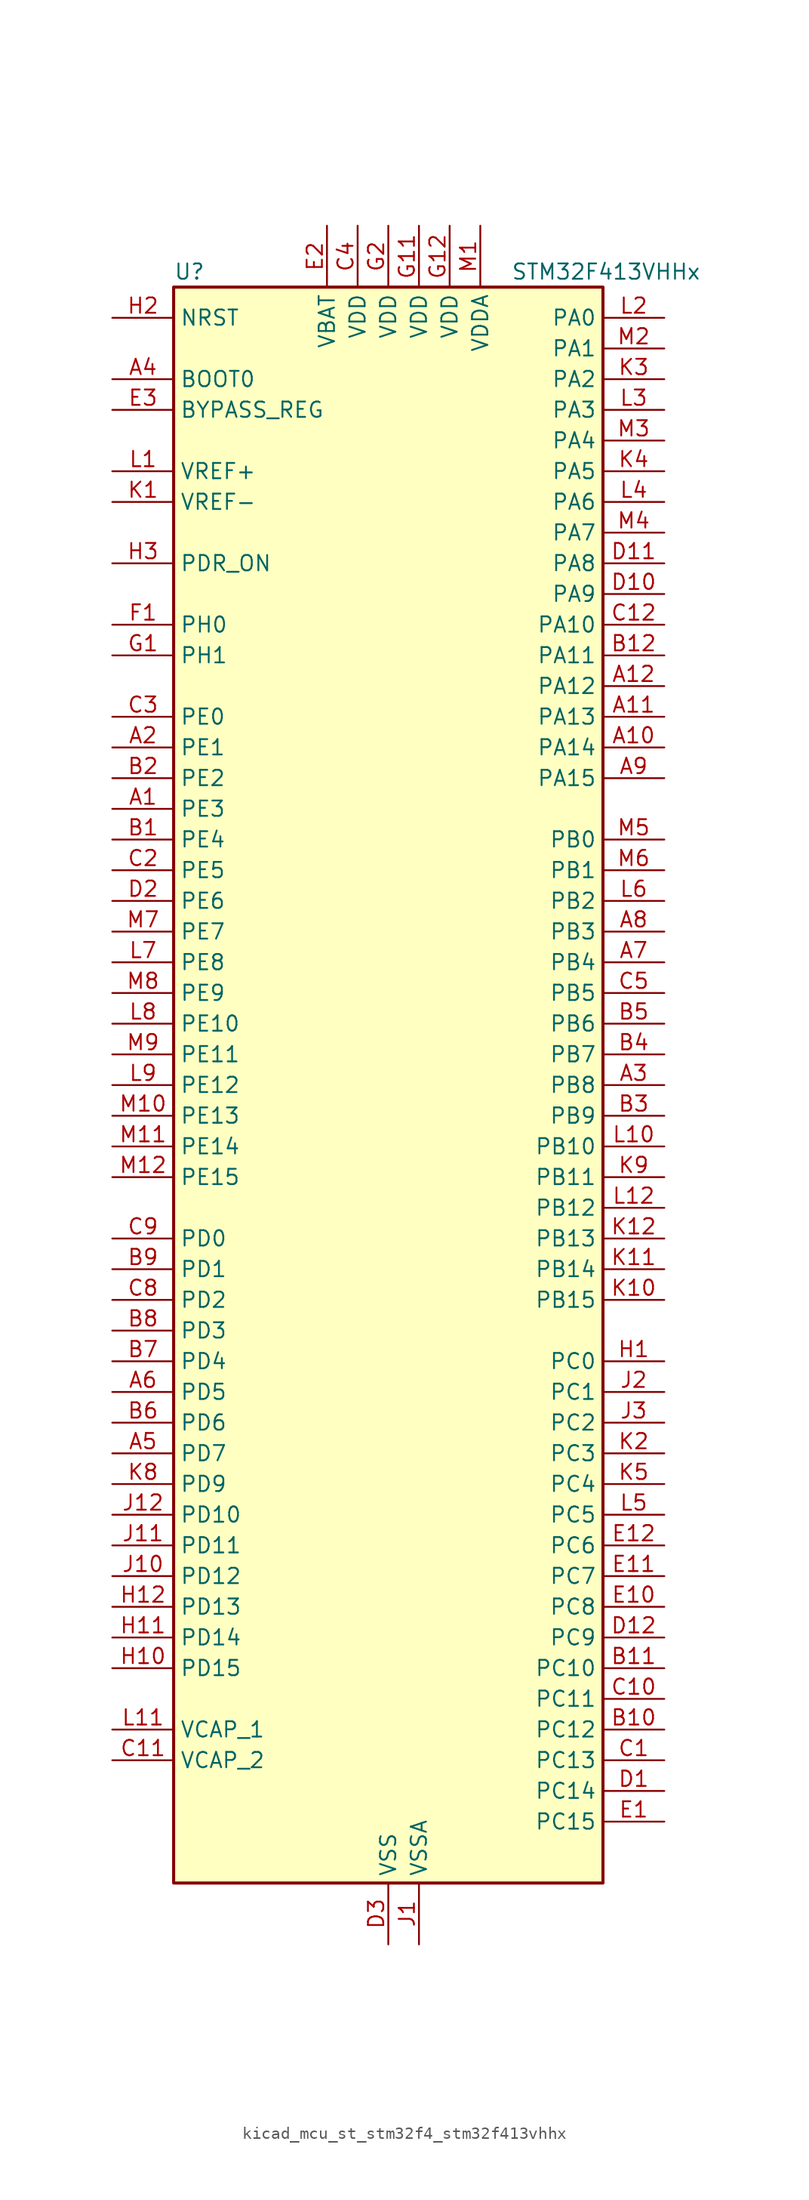
<source format=kicad_sym>
(kicad_symbol_lib
  (version 20220914)
  (generator kicad_symbol_editor)
  (symbol "kicad_mcu_st_stm32f4_stm32f413vhhx"
    (property "Reference" "U"
      (at -17.78 67.31 0)
      (effects (font (size 1.27 1.27)) (justify left)))
    (property "Value" "STM32F413VHHx"
      (at 10.16 67.31 0)
      (effects (font (size 1.27 1.27)) (justify left)))
    (property "ki_locked" ""
      (at 0 0 0)
      (effects (font (size 1.27 1.27))))
    (symbol "kicad_mcu_st_stm32f4_stm32f413vhhx_0_1"
      (rectangle (start -17.78 -66.04) (end 17.78 66.04) (stroke (width 0.254) (type default)) (fill (type background))))
    (symbol "kicad_mcu_st_stm32f4_stm32f413vhhx_1_1"
      (pin bidirectional line (at -22.86 22.86 0) (length 5.08) (name "PE3" (effects (font (size 1.27 1.27)))) (number "A1" (effects (font (size 1.27 1.27)))) (alternate "FSMC_A19" bidirectional line) (alternate "SAI1_SD_B" bidirectional line) (alternate "SYS_TRACED0" bidirectional line) (alternate "UART10_TX" bidirectional line))
      (pin bidirectional line (at 22.86 27.94 180) (length 5.08) (name "PA14" (effects (font (size 1.27 1.27)))) (number "A10" (effects (font (size 1.27 1.27)))) (alternate "SYS_JTCK-SWCLK" bidirectional line))
      (pin bidirectional line (at 22.86 30.48 180) (length 5.08) (name "PA13" (effects (font (size 1.27 1.27)))) (number "A11" (effects (font (size 1.27 1.27)))) (alternate "SYS_JTMS-SWDIO" bidirectional line))
      (pin bidirectional line (at 22.86 33.02 180) (length 5.08) (name "PA12" (effects (font (size 1.27 1.27)))) (number "A12" (effects (font (size 1.27 1.27)))) (alternate "CAN1_TX" bidirectional line) (alternate "DFSDM2_DATIN5" bidirectional line) (alternate "SPI2_MISO" bidirectional line) (alternate "SPI5_MISO" bidirectional line) (alternate "TIM1_ETR" bidirectional line) (alternate "UART4_TX" bidirectional line) (alternate "USART1_RTS" bidirectional line) (alternate "USART6_RX" bidirectional line) (alternate "USB_OTG_FS_DP" bidirectional line))
      (pin bidirectional line (at -22.86 27.94 0) (length 5.08) (name "PE1" (effects (font (size 1.27 1.27)))) (number "A2" (effects (font (size 1.27 1.27)))) (alternate "DFSDM2_DATIN4" bidirectional line) (alternate "FSMC_NBL1" bidirectional line) (alternate "UART8_TX" bidirectional line))
      (pin bidirectional line (at 22.86 0 180) (length 5.08) (name "PB8" (effects (font (size 1.27 1.27)))) (number "A3" (effects (font (size 1.27 1.27)))) (alternate "CAN1_RX" bidirectional line) (alternate "DFSDM2_CKIN1" bidirectional line) (alternate "I2C1_SCL" bidirectional line) (alternate "I2C3_SDA" bidirectional line) (alternate "I2S5_SD" bidirectional line) (alternate "LPTIM1_OUT" bidirectional line) (alternate "SDIO_D4" bidirectional line) (alternate "SPI5_MOSI" bidirectional line) (alternate "TIM10_CH1" bidirectional line) (alternate "TIM4_CH3" bidirectional line) (alternate "UART5_RX" bidirectional line))
      (pin input line (at -22.86 58.42 0) (length 5.08) (name "BOOT0" (effects (font (size 1.27 1.27)))) (number "A4" (effects (font (size 1.27 1.27)))))
      (pin bidirectional line (at -22.86 -30.48 0) (length 5.08) (name "PD7" (effects (font (size 1.27 1.27)))) (number "A5" (effects (font (size 1.27 1.27)))) (alternate "DFSDM1_CKIN1" bidirectional line) (alternate "FSMC_NE1" bidirectional line) (alternate "USART2_CK" bidirectional line))
      (pin bidirectional line (at -22.86 -25.4 0) (length 5.08) (name "PD5" (effects (font (size 1.27 1.27)))) (number "A6" (effects (font (size 1.27 1.27)))) (alternate "DFSDM2_CKOUT" bidirectional line) (alternate "FSMC_NWE" bidirectional line) (alternate "USART2_TX" bidirectional line))
      (pin bidirectional line (at 22.86 10.16 180) (length 5.08) (name "PB4" (effects (font (size 1.27 1.27)))) (number "A7" (effects (font (size 1.27 1.27)))) (alternate "CAN3_TX" bidirectional line) (alternate "I2C3_SDA" bidirectional line) (alternate "I2S3_ext_SD" bidirectional line) (alternate "SAI1_SCK_A" bidirectional line) (alternate "SDIO_D0" bidirectional line) (alternate "SPI1_MISO" bidirectional line) (alternate "SPI3_MISO" bidirectional line) (alternate "SYS_JTRST" bidirectional line) (alternate "TIM3_CH1" bidirectional line) (alternate "UART7_TX" bidirectional line))
      (pin bidirectional line (at 22.86 12.7 180) (length 5.08) (name "PB3" (effects (font (size 1.27 1.27)))) (number "A8" (effects (font (size 1.27 1.27)))) (alternate "CAN3_RX" bidirectional line) (alternate "FMPI2C1_SDA" bidirectional line) (alternate "I2C2_SDA" bidirectional line) (alternate "I2S1_CK" bidirectional line) (alternate "I2S3_CK" bidirectional line) (alternate "SAI1_SD_A" bidirectional line) (alternate "SPI1_SCK" bidirectional line) (alternate "SPI3_SCK" bidirectional line) (alternate "SYS_JTDO-SWO" bidirectional line) (alternate "TIM2_CH2" bidirectional line) (alternate "UART7_RX" bidirectional line) (alternate "USART1_RX" bidirectional line))
      (pin bidirectional line (at 22.86 25.4 180) (length 5.08) (name "PA15" (effects (font (size 1.27 1.27)))) (number "A9" (effects (font (size 1.27 1.27)))) (alternate "ADC1_EXTI15" bidirectional line) (alternate "CAN3_TX" bidirectional line) (alternate "I2S1_WS" bidirectional line) (alternate "I2S3_WS" bidirectional line) (alternate "SAI1_MCLK_A" bidirectional line) (alternate "SPI1_NSS" bidirectional line) (alternate "SPI3_NSS" bidirectional line) (alternate "SYS_JTDI" bidirectional line) (alternate "TIM2_CH1" bidirectional line) (alternate "TIM2_ETR" bidirectional line) (alternate "UART7_TX" bidirectional line) (alternate "USART1_TX" bidirectional line))
      (pin bidirectional line (at -22.86 20.32 0) (length 5.08) (name "PE4" (effects (font (size 1.27 1.27)))) (number "B1" (effects (font (size 1.27 1.27)))) (alternate "DFSDM1_DATIN3" bidirectional line) (alternate "FSMC_A20" bidirectional line) (alternate "I2S4_WS" bidirectional line) (alternate "I2S5_WS" bidirectional line) (alternate "SAI1_SD_A" bidirectional line) (alternate "SPI4_NSS" bidirectional line) (alternate "SPI5_NSS" bidirectional line) (alternate "SYS_TRACED1" bidirectional line))
      (pin bidirectional line (at 22.86 -53.34 180) (length 5.08) (name "PC12" (effects (font (size 1.27 1.27)))) (number "B10" (effects (font (size 1.27 1.27)))) (alternate "FSMC_D3" bidirectional line) (alternate "FSMC_DA3" bidirectional line) (alternate "I2S3_SD" bidirectional line) (alternate "SDIO_CK" bidirectional line) (alternate "SPI3_MOSI" bidirectional line) (alternate "UART5_TX" bidirectional line) (alternate "USART3_CK" bidirectional line))
      (pin bidirectional line (at 22.86 -48.26 180) (length 5.08) (name "PC10" (effects (font (size 1.27 1.27)))) (number "B11" (effects (font (size 1.27 1.27)))) (alternate "DFSDM2_CKIN5" bidirectional line) (alternate "I2S3_CK" bidirectional line) (alternate "QUADSPI_BK1_IO1" bidirectional line) (alternate "SDIO_D2" bidirectional line) (alternate "SPI3_SCK" bidirectional line) (alternate "USART3_TX" bidirectional line))
      (pin bidirectional line (at 22.86 35.56 180) (length 5.08) (name "PA11" (effects (font (size 1.27 1.27)))) (number "B12" (effects (font (size 1.27 1.27)))) (alternate "ADC1_EXTI11" bidirectional line) (alternate "CAN1_RX" bidirectional line) (alternate "DFSDM2_CKIN5" bidirectional line) (alternate "I2S2_WS" bidirectional line) (alternate "SPI2_NSS" bidirectional line) (alternate "SPI4_MISO" bidirectional line) (alternate "TIM1_CH4" bidirectional line) (alternate "UART4_RX" bidirectional line) (alternate "USART1_CTS" bidirectional line) (alternate "USART6_TX" bidirectional line) (alternate "USB_OTG_FS_DM" bidirectional line))
      (pin bidirectional line (at -22.86 25.4 0) (length 5.08) (name "PE2" (effects (font (size 1.27 1.27)))) (number "B2" (effects (font (size 1.27 1.27)))) (alternate "FSMC_A23" bidirectional line) (alternate "I2S4_CK" bidirectional line) (alternate "I2S5_CK" bidirectional line) (alternate "QUADSPI_BK1_IO2" bidirectional line) (alternate "SAI1_MCLK_A" bidirectional line) (alternate "SPI4_SCK" bidirectional line) (alternate "SPI5_SCK" bidirectional line) (alternate "SYS_TRACECLK" bidirectional line) (alternate "UART10_RX" bidirectional line))
      (pin bidirectional line (at 22.86 -2.54 180) (length 5.08) (name "PB9" (effects (font (size 1.27 1.27)))) (number "B3" (effects (font (size 1.27 1.27)))) (alternate "CAN1_TX" bidirectional line) (alternate "DAC_EXTI9" bidirectional line) (alternate "DFSDM2_DATIN1" bidirectional line) (alternate "I2C1_SDA" bidirectional line) (alternate "I2C2_SDA" bidirectional line) (alternate "I2S2_WS" bidirectional line) (alternate "SDIO_D5" bidirectional line) (alternate "SPI2_NSS" bidirectional line) (alternate "TIM11_CH1" bidirectional line) (alternate "TIM4_CH4" bidirectional line) (alternate "UART5_TX" bidirectional line))
      (pin bidirectional line (at 22.86 2.54 180) (length 5.08) (name "PB7" (effects (font (size 1.27 1.27)))) (number "B4" (effects (font (size 1.27 1.27)))) (alternate "DFSDM2_DATIN7" bidirectional line) (alternate "FSMC_NL" bidirectional line) (alternate "I2C1_SDA" bidirectional line) (alternate "LPTIM1_IN2" bidirectional line) (alternate "TIM4_CH2" bidirectional line) (alternate "USART1_RX" bidirectional line))
      (pin bidirectional line (at 22.86 5.08 180) (length 5.08) (name "PB6" (effects (font (size 1.27 1.27)))) (number "B5" (effects (font (size 1.27 1.27)))) (alternate "CAN2_TX" bidirectional line) (alternate "DFSDM2_CKIN7" bidirectional line) (alternate "I2C1_SCL" bidirectional line) (alternate "LPTIM1_ETR" bidirectional line) (alternate "QUADSPI_BK1_NCS" bidirectional line) (alternate "SDIO_D0" bidirectional line) (alternate "TIM4_CH1" bidirectional line) (alternate "UART5_TX" bidirectional line) (alternate "USART1_TX" bidirectional line))
      (pin bidirectional line (at -22.86 -27.94 0) (length 5.08) (name "PD6" (effects (font (size 1.27 1.27)))) (number "B6" (effects (font (size 1.27 1.27)))) (alternate "DFSDM1_DATIN1" bidirectional line) (alternate "FSMC_NWAIT" bidirectional line) (alternate "I2S3_SD" bidirectional line) (alternate "SPI3_MOSI" bidirectional line) (alternate "USART2_RX" bidirectional line))
      (pin bidirectional line (at -22.86 -22.86 0) (length 5.08) (name "PD4" (effects (font (size 1.27 1.27)))) (number "B7" (effects (font (size 1.27 1.27)))) (alternate "DFSDM1_CKIN0" bidirectional line) (alternate "FSMC_NOE" bidirectional line) (alternate "USART2_RTS" bidirectional line))
      (pin bidirectional line (at -22.86 -20.32 0) (length 5.08) (name "PD3" (effects (font (size 1.27 1.27)))) (number "B8" (effects (font (size 1.27 1.27)))) (alternate "DFSDM1_DATIN0" bidirectional line) (alternate "FSMC_CLK" bidirectional line) (alternate "I2S2_CK" bidirectional line) (alternate "QUADSPI_CLK" bidirectional line) (alternate "SPI2_SCK" bidirectional line) (alternate "SYS_TRACED1" bidirectional line) (alternate "USART2_CTS" bidirectional line))
      (pin bidirectional line (at -22.86 -15.24 0) (length 5.08) (name "PD1" (effects (font (size 1.27 1.27)))) (number "B9" (effects (font (size 1.27 1.27)))) (alternate "CAN1_TX" bidirectional line) (alternate "DFSDM2_DATIN6" bidirectional line) (alternate "FSMC_D3" bidirectional line) (alternate "FSMC_DA3" bidirectional line) (alternate "UART4_TX" bidirectional line))
      (pin bidirectional line (at 22.86 -55.88 180) (length 5.08) (name "PC13" (effects (font (size 1.27 1.27)))) (number "C1" (effects (font (size 1.27 1.27)))) (alternate "RTC_AF1" bidirectional line))
      (pin bidirectional line (at 22.86 -50.8 180) (length 5.08) (name "PC11" (effects (font (size 1.27 1.27)))) (number "C10" (effects (font (size 1.27 1.27)))) (alternate "ADC1_EXTI11" bidirectional line) (alternate "DFSDM2_DATIN5" bidirectional line) (alternate "FSMC_D2" bidirectional line) (alternate "FSMC_DA2" bidirectional line) (alternate "I2S3_ext_SD" bidirectional line) (alternate "QUADSPI_BK2_NCS" bidirectional line) (alternate "SDIO_D3" bidirectional line) (alternate "SPI3_MISO" bidirectional line) (alternate "UART4_RX" bidirectional line) (alternate "USART3_RX" bidirectional line))
      (pin power_out line (at -22.86 -55.88 0) (length 5.08) (name "VCAP_2" (effects (font (size 1.27 1.27)))) (number "C11" (effects (font (size 1.27 1.27)))))
      (pin bidirectional line (at 22.86 38.1 180) (length 5.08) (name "PA10" (effects (font (size 1.27 1.27)))) (number "C12" (effects (font (size 1.27 1.27)))) (alternate "DFSDM2_DATIN3" bidirectional line) (alternate "I2S2_SD" bidirectional line) (alternate "I2S5_SD" bidirectional line) (alternate "SPI2_MOSI" bidirectional line) (alternate "SPI5_MOSI" bidirectional line) (alternate "TIM1_CH3" bidirectional line) (alternate "USART1_RX" bidirectional line) (alternate "USB_OTG_FS_ID" bidirectional line))
      (pin bidirectional line (at -22.86 17.78 0) (length 5.08) (name "PE5" (effects (font (size 1.27 1.27)))) (number "C2" (effects (font (size 1.27 1.27)))) (alternate "DFSDM1_CKIN3" bidirectional line) (alternate "FSMC_A21" bidirectional line) (alternate "SAI1_SCK_A" bidirectional line) (alternate "SPI4_MISO" bidirectional line) (alternate "SPI5_MISO" bidirectional line) (alternate "SYS_TRACED2" bidirectional line) (alternate "TIM9_CH1" bidirectional line))
      (pin bidirectional line (at -22.86 30.48 0) (length 5.08) (name "PE0" (effects (font (size 1.27 1.27)))) (number "C3" (effects (font (size 1.27 1.27)))) (alternate "DFSDM2_CKIN4" bidirectional line) (alternate "FSMC_NBL0" bidirectional line) (alternate "TIM4_ETR" bidirectional line) (alternate "UART8_RX" bidirectional line))
      (pin power_in line (at -2.54 71.12 270) (length 5.08) (name "VDD" (effects (font (size 1.27 1.27)))) (number "C4" (effects (font (size 1.27 1.27)))))
      (pin bidirectional line (at 22.86 7.62 180) (length 5.08) (name "PB5" (effects (font (size 1.27 1.27)))) (number "C5" (effects (font (size 1.27 1.27)))) (alternate "CAN2_RX" bidirectional line) (alternate "I2C1_SMBA" bidirectional line) (alternate "I2S1_SD" bidirectional line) (alternate "I2S3_SD" bidirectional line) (alternate "LPTIM1_IN1" bidirectional line) (alternate "SAI1_FS_A" bidirectional line) (alternate "SDIO_D3" bidirectional line) (alternate "SPI1_MOSI" bidirectional line) (alternate "SPI3_MOSI" bidirectional line) (alternate "TIM3_CH2" bidirectional line) (alternate "UART5_RX" bidirectional line))
      (pin bidirectional line (at -22.86 -17.78 0) (length 5.08) (name "PD2" (effects (font (size 1.27 1.27)))) (number "C8" (effects (font (size 1.27 1.27)))) (alternate "DFSDM2_CKOUT" bidirectional line) (alternate "FSMC_NWE" bidirectional line) (alternate "SDIO_CMD" bidirectional line) (alternate "TIM3_ETR" bidirectional line) (alternate "UART5_RX" bidirectional line))
      (pin bidirectional line (at -22.86 -12.7 0) (length 5.08) (name "PD0" (effects (font (size 1.27 1.27)))) (number "C9" (effects (font (size 1.27 1.27)))) (alternate "CAN1_RX" bidirectional line) (alternate "DFSDM2_CKIN6" bidirectional line) (alternate "FSMC_D2" bidirectional line) (alternate "FSMC_DA2" bidirectional line) (alternate "UART4_RX" bidirectional line))
      (pin bidirectional line (at 22.86 -58.42 180) (length 5.08) (name "PC14" (effects (font (size 1.27 1.27)))) (number "D1" (effects (font (size 1.27 1.27)))) (alternate "RCC_OSC32_IN" bidirectional line))
      (pin bidirectional line (at 22.86 40.64 180) (length 5.08) (name "PA9" (effects (font (size 1.27 1.27)))) (number "D10" (effects (font (size 1.27 1.27)))) (alternate "DAC_EXTI9" bidirectional line) (alternate "DFSDM2_CKIN3" bidirectional line) (alternate "I2C3_SMBA" bidirectional line) (alternate "I2S2_CK" bidirectional line) (alternate "SDIO_D2" bidirectional line) (alternate "SPI2_SCK" bidirectional line) (alternate "TIM1_CH2" bidirectional line) (alternate "USART1_TX" bidirectional line) (alternate "USB_OTG_FS_VBUS" bidirectional line))
      (pin bidirectional line (at 22.86 43.18 180) (length 5.08) (name "PA8" (effects (font (size 1.27 1.27)))) (number "D11" (effects (font (size 1.27 1.27)))) (alternate "CAN3_RX" bidirectional line) (alternate "DFSDM1_CKOUT" bidirectional line) (alternate "I2C3_SCL" bidirectional line) (alternate "RCC_MCO_1" bidirectional line) (alternate "SDIO_D1" bidirectional line) (alternate "TIM1_CH1" bidirectional line) (alternate "UART7_RX" bidirectional line) (alternate "USART1_CK" bidirectional line) (alternate "USB_OTG_FS_SOF" bidirectional line))
      (pin bidirectional line (at 22.86 -45.72 180) (length 5.08) (name "PC9" (effects (font (size 1.27 1.27)))) (number "D12" (effects (font (size 1.27 1.27)))) (alternate "DAC_EXTI9" bidirectional line) (alternate "DFSDM2_DATIN3" bidirectional line) (alternate "I2C3_SDA" bidirectional line) (alternate "I2S_CKIN" bidirectional line) (alternate "QUADSPI_BK1_IO0" bidirectional line) (alternate "RCC_MCO_2" bidirectional line) (alternate "SDIO_D1" bidirectional line) (alternate "TIM3_CH4" bidirectional line) (alternate "TIM8_CH4" bidirectional line))
      (pin bidirectional line (at -22.86 15.24 0) (length 5.08) (name "PE6" (effects (font (size 1.27 1.27)))) (number "D2" (effects (font (size 1.27 1.27)))) (alternate "FSMC_A22" bidirectional line) (alternate "I2S4_SD" bidirectional line) (alternate "I2S5_SD" bidirectional line) (alternate "SAI1_FS_A" bidirectional line) (alternate "SPI4_MOSI" bidirectional line) (alternate "SPI5_MOSI" bidirectional line) (alternate "SYS_TRACED3" bidirectional line) (alternate "TIM9_CH2" bidirectional line))
      (pin power_in line (at 0 -71.12 90) (length 5.08) (name "VSS" (effects (font (size 1.27 1.27)))) (number "D3" (effects (font (size 1.27 1.27)))))
      (pin bidirectional line (at 22.86 -60.96 180) (length 5.08) (name "PC15" (effects (font (size 1.27 1.27)))) (number "E1" (effects (font (size 1.27 1.27)))) (alternate "ADC1_EXTI15" bidirectional line) (alternate "RCC_OSC32_OUT" bidirectional line))
      (pin bidirectional line (at 22.86 -43.18 180) (length 5.08) (name "PC8" (effects (font (size 1.27 1.27)))) (number "E10" (effects (font (size 1.27 1.27)))) (alternate "DFSDM2_CKIN3" bidirectional line) (alternate "QUADSPI_BK1_IO2" bidirectional line) (alternate "SDIO_D0" bidirectional line) (alternate "TIM3_CH3" bidirectional line) (alternate "TIM8_CH3" bidirectional line) (alternate "USART6_CK" bidirectional line))
      (pin bidirectional line (at 22.86 -40.64 180) (length 5.08) (name "PC7" (effects (font (size 1.27 1.27)))) (number "E11" (effects (font (size 1.27 1.27)))) (alternate "DFSDM1_DATIN3" bidirectional line) (alternate "DFSDM2_CKIN6" bidirectional line) (alternate "FMPI2C1_SDA" bidirectional line) (alternate "I2S2_CK" bidirectional line) (alternate "I2S3_MCK" bidirectional line) (alternate "SDIO_D7" bidirectional line) (alternate "SPI2_SCK" bidirectional line) (alternate "TIM3_CH2" bidirectional line) (alternate "TIM8_CH2" bidirectional line) (alternate "USART6_RX" bidirectional line))
      (pin bidirectional line (at 22.86 -38.1 180) (length 5.08) (name "PC6" (effects (font (size 1.27 1.27)))) (number "E12" (effects (font (size 1.27 1.27)))) (alternate "DFSDM1_CKIN3" bidirectional line) (alternate "DFSDM2_DATIN6" bidirectional line) (alternate "FMPI2C1_SCL" bidirectional line) (alternate "FSMC_D1" bidirectional line) (alternate "FSMC_DA1" bidirectional line) (alternate "I2S2_MCK" bidirectional line) (alternate "SDIO_D6" bidirectional line) (alternate "TIM3_CH1" bidirectional line) (alternate "TIM8_CH1" bidirectional line) (alternate "USART6_TX" bidirectional line))
      (pin power_in line (at -5.08 71.12 270) (length 5.08) (name "VBAT" (effects (font (size 1.27 1.27)))) (number "E2" (effects (font (size 1.27 1.27)))))
      (pin input line (at -22.86 55.88 0) (length 5.08) (name "BYPASS_REG" (effects (font (size 1.27 1.27)))) (number "E3" (effects (font (size 1.27 1.27)))))
      (pin bidirectional line (at -22.86 38.1 0) (length 5.08) (name "PH0" (effects (font (size 1.27 1.27)))) (number "F1" (effects (font (size 1.27 1.27)))) (alternate "RCC_OSC_IN" bidirectional line))
      (pin passive line (at 0 -71.12 90) (length 5.08) hide (name "VSS" (effects (font (size 1.27 1.27)))) (number "F11" (effects (font (size 1.27 1.27)))))
      (pin passive line (at 0 -71.12 90) (length 5.08) hide (name "VSS" (effects (font (size 1.27 1.27)))) (number "F12" (effects (font (size 1.27 1.27)))))
      (pin passive line (at 0 -71.12 90) (length 5.08) hide (name "VSS" (effects (font (size 1.27 1.27)))) (number "F2" (effects (font (size 1.27 1.27)))))
      (pin bidirectional line (at -22.86 35.56 0) (length 5.08) (name "PH1" (effects (font (size 1.27 1.27)))) (number "G1" (effects (font (size 1.27 1.27)))) (alternate "RCC_OSC_OUT" bidirectional line))
      (pin power_in line (at 2.54 71.12 270) (length 5.08) (name "VDD" (effects (font (size 1.27 1.27)))) (number "G11" (effects (font (size 1.27 1.27)))))
      (pin power_in line (at 5.08 71.12 270) (length 5.08) (name "VDD" (effects (font (size 1.27 1.27)))) (number "G12" (effects (font (size 1.27 1.27)))))
      (pin power_in line (at 0 71.12 270) (length 5.08) (name "VDD" (effects (font (size 1.27 1.27)))) (number "G2" (effects (font (size 1.27 1.27)))))
      (pin bidirectional line (at 22.86 -22.86 180) (length 5.08) (name "PC0" (effects (font (size 1.27 1.27)))) (number "H1" (effects (font (size 1.27 1.27)))) (alternate "ADC1_IN10" bidirectional line) (alternate "DFSDM2_CKIN4" bidirectional line) (alternate "LPTIM1_IN1" bidirectional line) (alternate "SAI1_MCLK_B" bidirectional line) (alternate "SYS_WKUP2" bidirectional line))
      (pin bidirectional line (at -22.86 -48.26 0) (length 5.08) (name "PD15" (effects (font (size 1.27 1.27)))) (number "H10" (effects (font (size 1.27 1.27)))) (alternate "ADC1_EXTI15" bidirectional line) (alternate "DFSDM2_DATIN0" bidirectional line) (alternate "FMPI2C1_SDA" bidirectional line) (alternate "FSMC_D1" bidirectional line) (alternate "FSMC_DA1" bidirectional line) (alternate "TIM4_CH4" bidirectional line) (alternate "UART9_TX" bidirectional line))
      (pin bidirectional line (at -22.86 -45.72 0) (length 5.08) (name "PD14" (effects (font (size 1.27 1.27)))) (number "H11" (effects (font (size 1.27 1.27)))) (alternate "DFSDM2_CKIN0" bidirectional line) (alternate "FMPI2C1_SCL" bidirectional line) (alternate "FSMC_D0" bidirectional line) (alternate "FSMC_DA0" bidirectional line) (alternate "TIM4_CH3" bidirectional line) (alternate "UART9_RX" bidirectional line))
      (pin bidirectional line (at -22.86 -43.18 0) (length 5.08) (name "PD13" (effects (font (size 1.27 1.27)))) (number "H12" (effects (font (size 1.27 1.27)))) (alternate "FMPI2C1_SDA" bidirectional line) (alternate "FSMC_A18" bidirectional line) (alternate "QUADSPI_BK1_IO3" bidirectional line) (alternate "TIM4_CH2" bidirectional line))
      (pin input line (at -22.86 63.5 0) (length 5.08) (name "NRST" (effects (font (size 1.27 1.27)))) (number "H2" (effects (font (size 1.27 1.27)))))
      (pin input line (at -22.86 43.18 0) (length 5.08) (name "PDR_ON" (effects (font (size 1.27 1.27)))) (number "H3" (effects (font (size 1.27 1.27)))))
      (pin power_in line (at 2.54 -71.12 90) (length 5.08) (name "VSSA" (effects (font (size 1.27 1.27)))) (number "J1" (effects (font (size 1.27 1.27)))))
      (pin bidirectional line (at -22.86 -40.64 0) (length 5.08) (name "PD12" (effects (font (size 1.27 1.27)))) (number "J10" (effects (font (size 1.27 1.27)))) (alternate "DFSDM2_CKIN2" bidirectional line) (alternate "FMPI2C1_SCL" bidirectional line) (alternate "FSMC_A17" bidirectional line) (alternate "QUADSPI_BK1_IO1" bidirectional line) (alternate "TIM4_CH1" bidirectional line) (alternate "USART3_RTS" bidirectional line))
      (pin bidirectional line (at -22.86 -38.1 0) (length 5.08) (name "PD11" (effects (font (size 1.27 1.27)))) (number "J11" (effects (font (size 1.27 1.27)))) (alternate "ADC1_EXTI11" bidirectional line) (alternate "DFSDM2_DATIN2" bidirectional line) (alternate "FMPI2C1_SMBA" bidirectional line) (alternate "FSMC_A16" bidirectional line) (alternate "QUADSPI_BK1_IO0" bidirectional line) (alternate "USART3_CTS" bidirectional line))
      (pin bidirectional line (at -22.86 -35.56 0) (length 5.08) (name "PD10" (effects (font (size 1.27 1.27)))) (number "J12" (effects (font (size 1.27 1.27)))) (alternate "FSMC_D15" bidirectional line) (alternate "FSMC_DA15" bidirectional line) (alternate "UART4_TX" bidirectional line) (alternate "USART3_CK" bidirectional line))
      (pin bidirectional line (at 22.86 -25.4 180) (length 5.08) (name "PC1" (effects (font (size 1.27 1.27)))) (number "J2" (effects (font (size 1.27 1.27)))) (alternate "ADC1_IN11" bidirectional line) (alternate "DFSDM2_DATIN4" bidirectional line) (alternate "LPTIM1_OUT" bidirectional line) (alternate "SAI1_SD_B" bidirectional line) (alternate "SYS_WKUP3" bidirectional line))
      (pin bidirectional line (at 22.86 -27.94 180) (length 5.08) (name "PC2" (effects (font (size 1.27 1.27)))) (number "J3" (effects (font (size 1.27 1.27)))) (alternate "ADC1_IN12" bidirectional line) (alternate "DFSDM1_CKOUT" bidirectional line) (alternate "DFSDM2_DATIN7" bidirectional line) (alternate "FSMC_NWE" bidirectional line) (alternate "I2S2_ext_SD" bidirectional line) (alternate "LPTIM1_IN2" bidirectional line) (alternate "SAI1_SCK_B" bidirectional line) (alternate "SPI2_MISO" bidirectional line))
      (pin input line (at -22.86 48.26 0) (length 5.08) (name "VREF-" (effects (font (size 1.27 1.27)))) (number "K1" (effects (font (size 1.27 1.27)))))
      (pin bidirectional line (at 22.86 -17.78 180) (length 5.08) (name "PB15" (effects (font (size 1.27 1.27)))) (number "K10" (effects (font (size 1.27 1.27)))) (alternate "ADC1_EXTI15" bidirectional line) (alternate "DFSDM1_CKIN2" bidirectional line) (alternate "FMPI2C1_SCL" bidirectional line) (alternate "I2S2_SD" bidirectional line) (alternate "RTC_REFIN" bidirectional line) (alternate "SDIO_CK" bidirectional line) (alternate "SPI2_MOSI" bidirectional line) (alternate "TIM12_CH2" bidirectional line) (alternate "TIM1_CH3N" bidirectional line) (alternate "TIM8_CH3N" bidirectional line))
      (pin bidirectional line (at 22.86 -15.24 180) (length 5.08) (name "PB14" (effects (font (size 1.27 1.27)))) (number "K11" (effects (font (size 1.27 1.27)))) (alternate "DFSDM1_DATIN2" bidirectional line) (alternate "FMPI2C1_SDA" bidirectional line) (alternate "FSMC_D0" bidirectional line) (alternate "FSMC_DA0" bidirectional line) (alternate "I2S2_ext_SD" bidirectional line) (alternate "SDIO_D6" bidirectional line) (alternate "SPI2_MISO" bidirectional line) (alternate "TIM12_CH1" bidirectional line) (alternate "TIM1_CH2N" bidirectional line) (alternate "TIM8_CH2N" bidirectional line) (alternate "USART3_RTS" bidirectional line))
      (pin bidirectional line (at 22.86 -12.7 180) (length 5.08) (name "PB13" (effects (font (size 1.27 1.27)))) (number "K12" (effects (font (size 1.27 1.27)))) (alternate "CAN2_TX" bidirectional line) (alternate "DFSDM1_CKIN1" bidirectional line) (alternate "FMPI2C1_SMBA" bidirectional line) (alternate "I2S2_CK" bidirectional line) (alternate "I2S4_CK" bidirectional line) (alternate "SPI2_SCK" bidirectional line) (alternate "SPI4_SCK" bidirectional line) (alternate "TIM1_CH1N" bidirectional line) (alternate "UART5_TX" bidirectional line) (alternate "USART3_CTS" bidirectional line))
      (pin bidirectional line (at 22.86 -30.48 180) (length 5.08) (name "PC3" (effects (font (size 1.27 1.27)))) (number "K2" (effects (font (size 1.27 1.27)))) (alternate "ADC1_IN13" bidirectional line) (alternate "DFSDM2_CKIN7" bidirectional line) (alternate "FSMC_A0" bidirectional line) (alternate "I2S2_SD" bidirectional line) (alternate "LPTIM1_ETR" bidirectional line) (alternate "SAI1_FS_B" bidirectional line) (alternate "SPI2_MOSI" bidirectional line))
      (pin bidirectional line (at 22.86 58.42 180) (length 5.08) (name "PA2" (effects (font (size 1.27 1.27)))) (number "K3" (effects (font (size 1.27 1.27)))) (alternate "ADC1_IN2" bidirectional line) (alternate "FSMC_D4" bidirectional line) (alternate "FSMC_DA4" bidirectional line) (alternate "I2S_CKIN" bidirectional line) (alternate "TIM2_CH3" bidirectional line) (alternate "TIM5_CH3" bidirectional line) (alternate "TIM9_CH1" bidirectional line) (alternate "USART2_TX" bidirectional line))
      (pin bidirectional line (at 22.86 50.8 180) (length 5.08) (name "PA5" (effects (font (size 1.27 1.27)))) (number "K4" (effects (font (size 1.27 1.27)))) (alternate "ADC1_IN5" bidirectional line) (alternate "DAC_OUT2" bidirectional line) (alternate "DFSDM1_CKIN1" bidirectional line) (alternate "FSMC_D7" bidirectional line) (alternate "FSMC_DA7" bidirectional line) (alternate "I2S1_CK" bidirectional line) (alternate "SPI1_SCK" bidirectional line) (alternate "TIM2_CH1" bidirectional line) (alternate "TIM2_ETR" bidirectional line) (alternate "TIM8_CH1N" bidirectional line))
      (pin bidirectional line (at 22.86 -33.02 180) (length 5.08) (name "PC4" (effects (font (size 1.27 1.27)))) (number "K5" (effects (font (size 1.27 1.27)))) (alternate "ADC1_IN14" bidirectional line) (alternate "DFSDM2_CKIN2" bidirectional line) (alternate "FSMC_NE4" bidirectional line) (alternate "I2S1_MCK" bidirectional line) (alternate "QUADSPI_BK2_IO2" bidirectional line))
      (pin bidirectional line (at -22.86 -33.02 0) (length 5.08) (name "PD9" (effects (font (size 1.27 1.27)))) (number "K8" (effects (font (size 1.27 1.27)))) (alternate "DAC_EXTI9" bidirectional line) (alternate "FSMC_D14" bidirectional line) (alternate "FSMC_DA14" bidirectional line) (alternate "USART3_RX" bidirectional line))
      (pin bidirectional line (at 22.86 -7.62 180) (length 5.08) (name "PB11" (effects (font (size 1.27 1.27)))) (number "K9" (effects (font (size 1.27 1.27)))) (alternate "ADC1_EXTI11" bidirectional line) (alternate "I2C2_SDA" bidirectional line) (alternate "I2S_CKIN" bidirectional line) (alternate "TIM2_CH4" bidirectional line) (alternate "USART3_RX" bidirectional line))
      (pin input line (at -22.86 50.8 0) (length 5.08) (name "VREF+" (effects (font (size 1.27 1.27)))) (number "L1" (effects (font (size 1.27 1.27)))))
      (pin bidirectional line (at 22.86 -5.08 180) (length 5.08) (name "PB10" (effects (font (size 1.27 1.27)))) (number "L10" (effects (font (size 1.27 1.27)))) (alternate "DFSDM2_CKOUT" bidirectional line) (alternate "FMPI2C1_SCL" bidirectional line) (alternate "I2C2_SCL" bidirectional line) (alternate "I2S2_CK" bidirectional line) (alternate "I2S3_MCK" bidirectional line) (alternate "SDIO_D7" bidirectional line) (alternate "SPI2_SCK" bidirectional line) (alternate "TIM2_CH3" bidirectional line) (alternate "USART3_TX" bidirectional line))
      (pin power_out line (at -22.86 -53.34 0) (length 5.08) (name "VCAP_1" (effects (font (size 1.27 1.27)))) (number "L11" (effects (font (size 1.27 1.27)))))
      (pin bidirectional line (at 22.86 -10.16 180) (length 5.08) (name "PB12" (effects (font (size 1.27 1.27)))) (number "L12" (effects (font (size 1.27 1.27)))) (alternate "CAN2_RX" bidirectional line) (alternate "DFSDM1_DATIN1" bidirectional line) (alternate "FSMC_D13" bidirectional line) (alternate "FSMC_DA13" bidirectional line) (alternate "I2C2_SMBA" bidirectional line) (alternate "I2S2_WS" bidirectional line) (alternate "I2S3_CK" bidirectional line) (alternate "I2S4_WS" bidirectional line) (alternate "SPI2_NSS" bidirectional line) (alternate "SPI3_SCK" bidirectional line) (alternate "SPI4_NSS" bidirectional line) (alternate "TIM1_BKIN" bidirectional line) (alternate "UART5_RX" bidirectional line) (alternate "USART3_CK" bidirectional line))
      (pin bidirectional line (at 22.86 63.5 180) (length 5.08) (name "PA0" (effects (font (size 1.27 1.27)))) (number "L2" (effects (font (size 1.27 1.27)))) (alternate "ADC1_IN0" bidirectional line) (alternate "SYS_WKUP1" bidirectional line) (alternate "TIM2_CH1" bidirectional line) (alternate "TIM2_ETR" bidirectional line) (alternate "TIM5_CH1" bidirectional line) (alternate "TIM8_ETR" bidirectional line) (alternate "UART4_TX" bidirectional line) (alternate "USART2_CTS" bidirectional line))
      (pin bidirectional line (at 22.86 55.88 180) (length 5.08) (name "PA3" (effects (font (size 1.27 1.27)))) (number "L3" (effects (font (size 1.27 1.27)))) (alternate "ADC1_IN3" bidirectional line) (alternate "FSMC_D5" bidirectional line) (alternate "FSMC_DA5" bidirectional line) (alternate "I2S2_MCK" bidirectional line) (alternate "SAI1_SD_B" bidirectional line) (alternate "TIM2_CH4" bidirectional line) (alternate "TIM5_CH4" bidirectional line) (alternate "TIM9_CH2" bidirectional line) (alternate "USART2_RX" bidirectional line))
      (pin bidirectional line (at 22.86 48.26 180) (length 5.08) (name "PA6" (effects (font (size 1.27 1.27)))) (number "L4" (effects (font (size 1.27 1.27)))) (alternate "ADC1_IN6" bidirectional line) (alternate "DFSDM2_CKIN1" bidirectional line) (alternate "I2S2_MCK" bidirectional line) (alternate "QUADSPI_BK2_IO0" bidirectional line) (alternate "SDIO_CMD" bidirectional line) (alternate "SPI1_MISO" bidirectional line) (alternate "TIM13_CH1" bidirectional line) (alternate "TIM1_BKIN" bidirectional line) (alternate "TIM3_CH1" bidirectional line) (alternate "TIM8_BKIN" bidirectional line))
      (pin bidirectional line (at 22.86 -35.56 180) (length 5.08) (name "PC5" (effects (font (size 1.27 1.27)))) (number "L5" (effects (font (size 1.27 1.27)))) (alternate "ADC1_IN15" bidirectional line) (alternate "DFSDM2_DATIN2" bidirectional line) (alternate "FMPI2C1_SMBA" bidirectional line) (alternate "FSMC_NOE" bidirectional line) (alternate "QUADSPI_BK2_IO3" bidirectional line) (alternate "USART3_RX" bidirectional line))
      (pin bidirectional line (at 22.86 15.24 180) (length 5.08) (name "PB2" (effects (font (size 1.27 1.27)))) (number "L6" (effects (font (size 1.27 1.27)))) (alternate "DFSDM1_CKIN0" bidirectional line) (alternate "LPTIM1_OUT" bidirectional line) (alternate "QUADSPI_CLK" bidirectional line))
      (pin bidirectional line (at -22.86 10.16 0) (length 5.08) (name "PE8" (effects (font (size 1.27 1.27)))) (number "L7" (effects (font (size 1.27 1.27)))) (alternate "DFSDM1_CKIN2" bidirectional line) (alternate "FSMC_D5" bidirectional line) (alternate "FSMC_DA5" bidirectional line) (alternate "QUADSPI_BK2_IO1" bidirectional line) (alternate "TIM1_CH1N" bidirectional line) (alternate "UART7_TX" bidirectional line))
      (pin bidirectional line (at -22.86 5.08 0) (length 5.08) (name "PE10" (effects (font (size 1.27 1.27)))) (number "L8" (effects (font (size 1.27 1.27)))) (alternate "DFSDM2_DATIN0" bidirectional line) (alternate "FSMC_D7" bidirectional line) (alternate "FSMC_DA7" bidirectional line) (alternate "QUADSPI_BK2_IO3" bidirectional line) (alternate "TIM1_CH2N" bidirectional line))
      (pin bidirectional line (at -22.86 0 0) (length 5.08) (name "PE12" (effects (font (size 1.27 1.27)))) (number "L9" (effects (font (size 1.27 1.27)))) (alternate "DFSDM2_DATIN7" bidirectional line) (alternate "FSMC_D9" bidirectional line) (alternate "FSMC_DA9" bidirectional line) (alternate "I2S4_CK" bidirectional line) (alternate "I2S5_CK" bidirectional line) (alternate "SPI4_SCK" bidirectional line) (alternate "SPI5_SCK" bidirectional line) (alternate "TIM1_CH3N" bidirectional line))
      (pin power_in line (at 7.62 71.12 270) (length 5.08) (name "VDDA" (effects (font (size 1.27 1.27)))) (number "M1" (effects (font (size 1.27 1.27)))))
      (pin bidirectional line (at -22.86 -2.54 0) (length 5.08) (name "PE13" (effects (font (size 1.27 1.27)))) (number "M10" (effects (font (size 1.27 1.27)))) (alternate "DFSDM2_CKIN7" bidirectional line) (alternate "FSMC_D10" bidirectional line) (alternate "FSMC_DA10" bidirectional line) (alternate "SPI4_MISO" bidirectional line) (alternate "SPI5_MISO" bidirectional line) (alternate "TIM1_CH3" bidirectional line))
      (pin bidirectional line (at -22.86 -5.08 0) (length 5.08) (name "PE14" (effects (font (size 1.27 1.27)))) (number "M11" (effects (font (size 1.27 1.27)))) (alternate "DFSDM2_DATIN1" bidirectional line) (alternate "FSMC_D11" bidirectional line) (alternate "FSMC_DA11" bidirectional line) (alternate "I2S4_SD" bidirectional line) (alternate "I2S5_SD" bidirectional line) (alternate "SPI4_MOSI" bidirectional line) (alternate "SPI5_MOSI" bidirectional line) (alternate "TIM1_CH4" bidirectional line))
      (pin bidirectional line (at -22.86 -7.62 0) (length 5.08) (name "PE15" (effects (font (size 1.27 1.27)))) (number "M12" (effects (font (size 1.27 1.27)))) (alternate "ADC1_EXTI15" bidirectional line) (alternate "DFSDM2_CKIN1" bidirectional line) (alternate "FSMC_D12" bidirectional line) (alternate "FSMC_DA12" bidirectional line) (alternate "TIM1_BKIN" bidirectional line))
      (pin bidirectional line (at 22.86 60.96 180) (length 5.08) (name "PA1" (effects (font (size 1.27 1.27)))) (number "M2" (effects (font (size 1.27 1.27)))) (alternate "ADC1_IN1" bidirectional line) (alternate "I2S4_SD" bidirectional line) (alternate "QUADSPI_BK1_IO3" bidirectional line) (alternate "SPI4_MOSI" bidirectional line) (alternate "TIM2_CH2" bidirectional line) (alternate "TIM5_CH2" bidirectional line) (alternate "UART4_RX" bidirectional line) (alternate "USART2_RTS" bidirectional line))
      (pin bidirectional line (at 22.86 53.34 180) (length 5.08) (name "PA4" (effects (font (size 1.27 1.27)))) (number "M3" (effects (font (size 1.27 1.27)))) (alternate "ADC1_IN4" bidirectional line) (alternate "DAC_OUT1" bidirectional line) (alternate "DFSDM1_DATIN1" bidirectional line) (alternate "FSMC_D6" bidirectional line) (alternate "FSMC_DA6" bidirectional line) (alternate "I2S1_WS" bidirectional line) (alternate "I2S3_WS" bidirectional line) (alternate "SPI1_NSS" bidirectional line) (alternate "SPI3_NSS" bidirectional line) (alternate "USART2_CK" bidirectional line))
      (pin bidirectional line (at 22.86 45.72 180) (length 5.08) (name "PA7" (effects (font (size 1.27 1.27)))) (number "M4" (effects (font (size 1.27 1.27)))) (alternate "ADC1_IN7" bidirectional line) (alternate "DFSDM2_DATIN1" bidirectional line) (alternate "I2S1_SD" bidirectional line) (alternate "QUADSPI_BK2_IO1" bidirectional line) (alternate "SPI1_MOSI" bidirectional line) (alternate "TIM14_CH1" bidirectional line) (alternate "TIM1_CH1N" bidirectional line) (alternate "TIM3_CH2" bidirectional line) (alternate "TIM8_CH1N" bidirectional line))
      (pin bidirectional line (at 22.86 20.32 180) (length 5.08) (name "PB0" (effects (font (size 1.27 1.27)))) (number "M5" (effects (font (size 1.27 1.27)))) (alternate "ADC1_IN8" bidirectional line) (alternate "I2S5_CK" bidirectional line) (alternate "SPI5_SCK" bidirectional line) (alternate "TIM1_CH2N" bidirectional line) (alternate "TIM3_CH3" bidirectional line) (alternate "TIM8_CH2N" bidirectional line))
      (pin bidirectional line (at 22.86 17.78 180) (length 5.08) (name "PB1" (effects (font (size 1.27 1.27)))) (number "M6" (effects (font (size 1.27 1.27)))) (alternate "ADC1_IN9" bidirectional line) (alternate "DFSDM1_DATIN0" bidirectional line) (alternate "I2S5_WS" bidirectional line) (alternate "QUADSPI_CLK" bidirectional line) (alternate "SPI5_NSS" bidirectional line) (alternate "TIM1_CH3N" bidirectional line) (alternate "TIM3_CH4" bidirectional line) (alternate "TIM8_CH3N" bidirectional line))
      (pin bidirectional line (at -22.86 12.7 0) (length 5.08) (name "PE7" (effects (font (size 1.27 1.27)))) (number "M7" (effects (font (size 1.27 1.27)))) (alternate "DFSDM1_DATIN2" bidirectional line) (alternate "FSMC_D4" bidirectional line) (alternate "FSMC_DA4" bidirectional line) (alternate "QUADSPI_BK2_IO0" bidirectional line) (alternate "TIM1_ETR" bidirectional line) (alternate "UART7_RX" bidirectional line))
      (pin bidirectional line (at -22.86 7.62 0) (length 5.08) (name "PE9" (effects (font (size 1.27 1.27)))) (number "M8" (effects (font (size 1.27 1.27)))) (alternate "DAC_EXTI9" bidirectional line) (alternate "DFSDM1_CKOUT" bidirectional line) (alternate "FSMC_D6" bidirectional line) (alternate "FSMC_DA6" bidirectional line) (alternate "QUADSPI_BK2_IO2" bidirectional line) (alternate "TIM1_CH1" bidirectional line))
      (pin bidirectional line (at -22.86 2.54 0) (length 5.08) (name "PE11" (effects (font (size 1.27 1.27)))) (number "M9" (effects (font (size 1.27 1.27)))) (alternate "ADC1_EXTI11" bidirectional line) (alternate "DFSDM2_CKIN0" bidirectional line) (alternate "FSMC_D8" bidirectional line) (alternate "FSMC_DA8" bidirectional line) (alternate "I2S4_WS" bidirectional line) (alternate "I2S5_WS" bidirectional line) (alternate "SPI4_NSS" bidirectional line) (alternate "SPI5_NSS" bidirectional line) (alternate "TIM1_CH2" bidirectional line)))))
</source>
